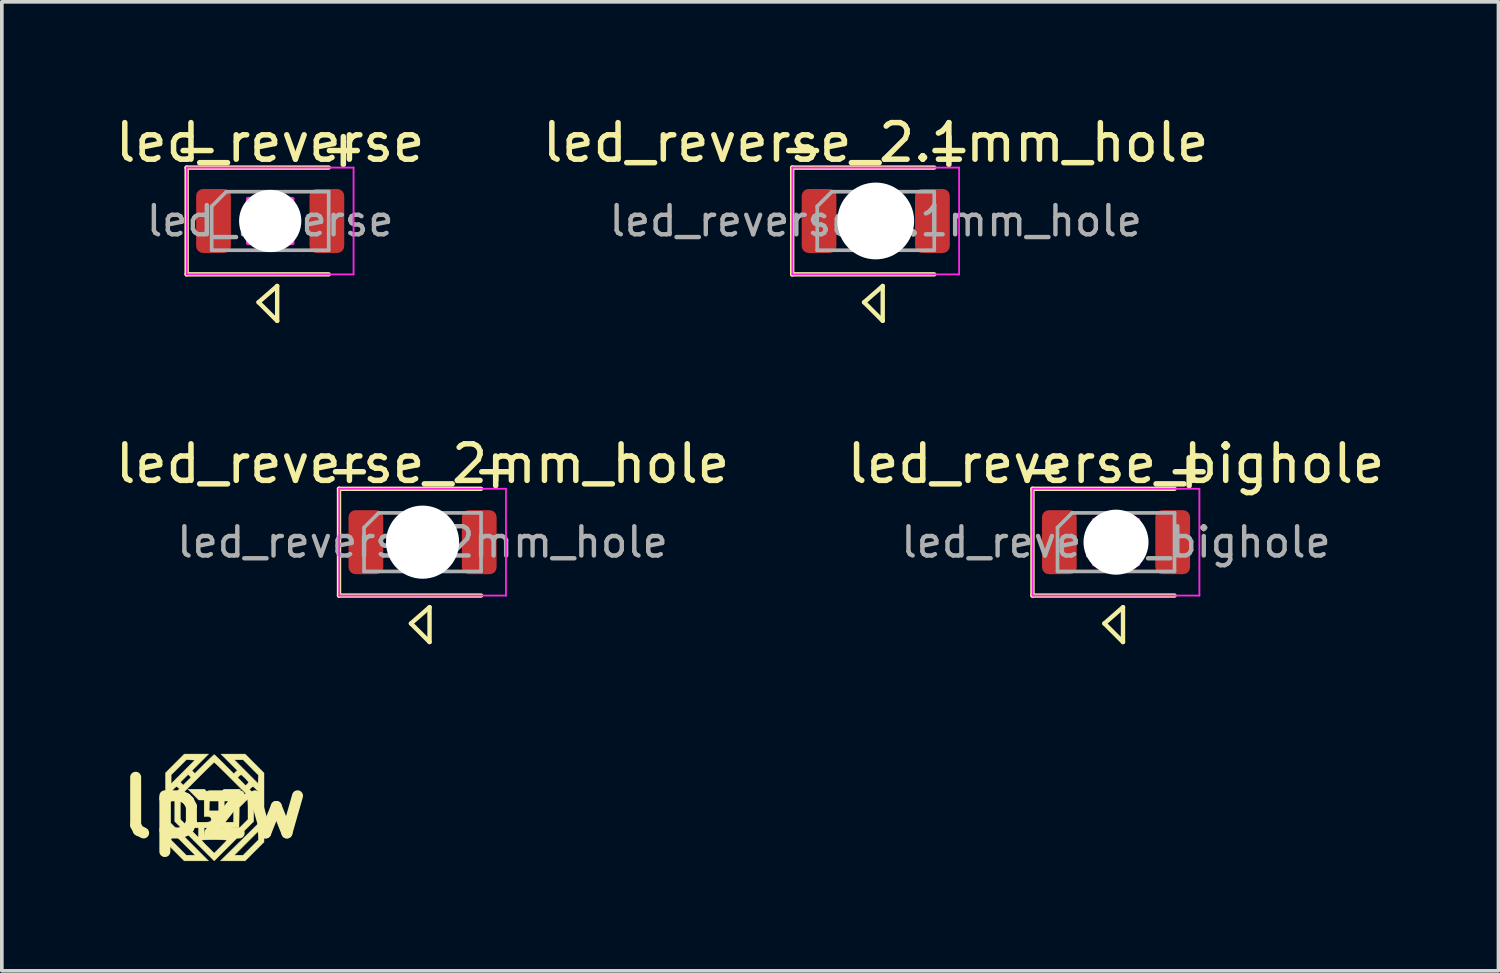
<source format=kicad_pcb>
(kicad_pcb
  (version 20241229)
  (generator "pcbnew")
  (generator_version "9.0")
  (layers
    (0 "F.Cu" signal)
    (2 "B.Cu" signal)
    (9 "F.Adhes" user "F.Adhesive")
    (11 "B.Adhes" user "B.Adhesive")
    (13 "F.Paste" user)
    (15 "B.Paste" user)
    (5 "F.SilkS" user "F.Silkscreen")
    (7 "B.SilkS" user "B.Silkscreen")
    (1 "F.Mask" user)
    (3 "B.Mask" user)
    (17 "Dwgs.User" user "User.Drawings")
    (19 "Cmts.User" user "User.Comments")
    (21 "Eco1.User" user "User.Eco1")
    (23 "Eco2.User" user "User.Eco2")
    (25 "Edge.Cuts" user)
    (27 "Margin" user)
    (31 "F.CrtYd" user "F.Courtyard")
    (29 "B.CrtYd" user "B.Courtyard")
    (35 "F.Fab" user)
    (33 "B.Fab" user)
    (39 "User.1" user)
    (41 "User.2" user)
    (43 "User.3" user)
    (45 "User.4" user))
  (footprint "led_reverse_2.1mm_hole"
    (layer "F.Cu")
    (at 20.899 2.993)
    (property "Reference" "led_reverse_2.1mm_hole" (at 0 -2.145 0) (layer "F.SilkS") (effects (font (size 1 1) (thickness 0.15))))
    (attr smd)
    (fp_line (start -2.285 -1.46) (end -2.285 1.46) (stroke (width 0.12) (type solid)) (layer "F.SilkS"))
    (fp_line (start -2.285 1.46) (end 1.6 1.46) (stroke (width 0.12) (type solid)) (layer "F.SilkS"))
    (fp_line (start -0.318 2.223) (end 0.191 1.778) (stroke (width 0.12) (type solid)) (layer "F.SilkS"))
    (fp_line (start 0.191 1.778) (end 0.191 2.731) (stroke (width 0.12) (type solid)) (layer "F.SilkS"))
    (fp_line (start 0.191 2.731) (end -0.318 2.223) (stroke (width 0.12) (type solid)) (layer "F.SilkS"))
    (fp_line (start 1.6 -1.46) (end -2.285 -1.46) (stroke (width 0.12) (type solid)) (layer "F.SilkS"))
    (fp_line (start -2.28 -1.46) (end 2.28 -1.46) (stroke (width 0.05) (type solid)) (layer "F.CrtYd"))
    (fp_line (start -2.28 1.46) (end -2.28 -1.46) (stroke (width 0.05) (type solid)) (layer "F.CrtYd"))
    (fp_line (start -0.6 -0.6) (end 0.6 -0.6) (stroke (width 0.12) (type solid)) (layer "F.CrtYd"))
    (fp_line (start -0.6 0.6) (end -0.6 -0.6) (stroke (width 0.12) (type solid)) (layer "F.CrtYd"))
    (fp_line (start 0.6 -0.6) (end 0.6 0.6) (stroke (width 0.12) (type solid)) (layer "F.CrtYd"))
    (fp_line (start 0.6 0.6) (end -0.6 0.6) (stroke (width 0.12) (type solid)) (layer "F.CrtYd"))
    (fp_line (start 2.28 -1.46) (end 2.28 1.46) (stroke (width 0.05) (type solid)) (layer "F.CrtYd"))
    (fp_line (start 2.28 1.46) (end -2.28 1.46) (stroke (width 0.05) (type solid)) (layer "F.CrtYd"))
    (fp_line (start -1.6 -0.4) (end -1.6 0.8) (stroke (width 0.1) (type solid)) (layer "F.Fab"))
    (fp_line (start -1.6 0.8) (end 1.6 0.8) (stroke (width 0.1) (type solid)) (layer "F.Fab"))
    (fp_line (start -1.2 -0.8) (end -1.6 -0.4) (stroke (width 0.1) (type solid)) (layer "F.Fab"))
    (fp_line (start 1.6 -0.8) (end -1.2 -0.8) (stroke (width 0.1) (type solid)) (layer "F.Fab"))
    (fp_line (start 1.6 0.8) (end 1.6 -0.8) (stroke (width 0.1) (type solid)) (layer "F.Fab"))
    (fp_text user "-" (at -2 -2 0) (layer "F.SilkS") (effects (font (size 1 1) (thickness 0.15))))
    (fp_text user "+" (at 2 -2 0) (layer "F.SilkS") (effects (font (size 1 1) (thickness 0.15))))
    (fp_text user "${REFERENCE}" (at 0 0 0) (layer "F.Fab") (effects (font (size 0.8 0.8) (thickness 0.12))))
    (pad "" np_thru_hole circle (at 0 0) (size 2.1 2.1) (drill 2.1) (layers "*.Cu" "*.Mask"))
    (pad "1" smd roundrect (at -1.55 0) (size 0.95 1.75) (layers "F.Cu" "F.Mask" "F.Paste") (roundrect_rratio 0.2))
    (pad "2" smd roundrect (at 1.55 0) (size 0.95 1.75) (layers "F.Cu" "F.Mask" "F.Paste") (roundrect_rratio 0.2)))
  (footprint "lpzw"
    (layer "F.Cu")
    (at 2.801 19.04)
    (property "Reference" "lpzw" (at 0 0 0) (layer "F.SilkS") (effects (font (size 1.524 1.524) (thickness 0.3))))
    (attr through_hole)
    (fp_poly (pts (xy -0.374 -1.242) (xy -0.599 -1.016) (xy -0.561 -0.978) (xy -0.522 -0.939) (xy -0.264 -1.196) (xy -0.194 -1.266) (xy -0.13 -1.328) (xy -0.075 -1.381) (xy -0.032 -1.421) (xy -0.004 -1.446) (xy 0.007 -1.453) (xy 0.021 -1.444) (xy 0.051 -1.417) (xy 0.096 -1.375) (xy 0.152 -1.321) (xy 0.217 -1.257) (xy 0.282 -1.193) (xy 0.542 -0.932) (xy 0.589 -0.977) (xy 0.636 -1.022) (xy 0.413 -1.245) (xy 0.346 -1.312) (xy 0.558 -1.312) (xy 0.882 -0.988) (xy 1.206 -0.663) (xy 1.215 -0.894) (xy 1.006 -1.103) (xy 0.798 -1.312) (xy 0.558 -1.312) (xy 0.346 -1.312) (xy 0.191 -1.468) (xy 0.854 -1.468) (xy 1.111 -1.21) (xy 1.369 -0.952) (xy 1.369 0.939) (xy 0.853 1.453) (xy 0.515 1.453) (xy 0.176 1.453) (xy 0.333 1.298) (xy 0.558 1.298) (xy 0.798 1.298) (xy 1.006 1.089) (xy 1.215 0.88) (xy 1.211 0.765) (xy 1.206 0.649) (xy 0.882 0.973) (xy 0.558 1.298) (xy 0.333 1.298) (xy 0.695 0.942) (xy 1.214 0.43) (xy 1.214 -0.446) (xy 1.146 -0.512) (xy 1.11 -0.546) (xy 1.081 -0.57) (xy 1.066 -0.579) (xy 1.048 -0.57) (xy 1.02 -0.547) (xy 1.014 -0.541) (xy 0.974 -0.503) (xy 1.03 -0.442) (xy 1.087 -0.382) (xy 1.087 0.374) (xy 0.547 0.914) (xy 0.007 1.453) (xy -0.533 0.914) (xy -0.561 0.885) (xy -0.339 0.885) (xy -0.329 0.898) (xy -0.303 0.927) (xy -0.263 0.97) (xy -0.213 1.022) (xy -0.166 1.069) (xy 0.007 1.242) (xy 0.18 1.069) (xy 0.236 1.012) (xy 0.285 0.962) (xy 0.323 0.922) (xy 0.346 0.895) (xy 0.353 0.886) (xy 0.339 0.883) (xy 0.301 0.88) (xy 0.243 0.878) (xy 0.168 0.876) (xy 0.08 0.875) (xy 0.007 0.875) (xy -0.088 0.875) (xy -0.174 0.876) (xy -0.245 0.878) (xy -0.299 0.88) (xy -0.331 0.883) (xy -0.339 0.885) (xy -0.561 0.885) (xy -1.072 0.374) (xy -1.072 0.046) (xy -0.917 0.046) (xy -0.917 0.317) (xy -0.674 0.561) (xy -0.606 0.628) (xy -0.546 0.688) (xy -0.495 0.739) (xy -0.456 0.777) (xy -0.433 0.799) (xy -0.427 0.804) (xy -0.425 0.791) (xy -0.424 0.756) (xy -0.423 0.706) (xy -0.423 0.678) (xy -0.423 0.551) (xy -0.457 0.55) (xy -0.268 0.55) (xy -0.268 0.734) (xy 0.282 0.734) (xy 0.282 0.551) (xy 0.437 0.551) (xy 0.437 0.811) (xy 0.684 0.564) (xy 0.931 0.318) (xy 0.931 0.046) (xy 0.931 -0.038) (xy 0.929 -0.112) (xy 0.927 -0.17) (xy 0.924 -0.21) (xy 0.921 -0.226) (xy 0.92 -0.226) (xy 0.907 -0.216) (xy 0.878 -0.191) (xy 0.838 -0.153) (xy 0.801 -0.116) (xy 0.692 -0.007) (xy 0.688 0.268) (xy 0.684 0.543) (xy 0.437 0.551) (xy 0.282 0.551) (xy 0.282 0.55) (xy 0.186 0.55) (xy 0.13 0.549) (xy 0.095 0.543) (xy 0.072 0.53) (xy 0.064 0.522) (xy 0.033 0.501) (xy 0.007 0.494) (xy -0.026 0.504) (xy -0.049 0.522) (xy -0.069 0.538) (xy -0.098 0.547) (xy -0.143 0.55) (xy -0.172 0.55) (xy -0.268 0.55) (xy -0.457 0.55) (xy -0.67 0.543) (xy -0.674 0.268) (xy -0.678 -0.007) (xy -0.787 -0.116) (xy -0.832 -0.161) (xy -0.87 -0.196) (xy -0.896 -0.219) (xy -0.906 -0.226) (xy -0.91 -0.212) (xy -0.913 -0.175) (xy -0.915 -0.118) (xy -0.917 -0.046) (xy -0.917 0.037) (xy -0.917 0.046) (xy -1.072 0.046) (xy -1.072 -0.382) (xy -1.061 -0.395) (xy -0.853 -0.395) (xy -0.688 -0.229) (xy -0.522 -0.063) (xy -0.522 0.395) (xy -0.322 0.395) (xy -0.24 0.395) (xy -0.181 0.393) (xy -0.141 0.389) (xy -0.116 0.383) (xy -0.099 0.374) (xy -0.096 0.372) (xy -0.074 0.335) (xy -0.077 0.293) (xy -0.094 0.266) (xy -0.12 0.248) (xy -0.163 0.241) (xy -0.193 0.24) (xy -0.268 0.24) (xy -0.268 -0.212) (xy -0.417 -0.212) (xy -0.712 -0.508) (xy -0.258 -0.508) (xy -0.186 -0.432) (xy -0.114 -0.356) (xy -0.123 -0.136) (xy -0.131 0.085) (xy 0.127 0.085) (xy 0.127 -0.359) (xy 0.201 -0.433) (xy 0.274 -0.508) (xy 0.726 -0.508) (xy 0.431 -0.212) (xy 0.282 -0.212) (xy 0.282 0.24) (xy 0.209 0.24) (xy 0.149 0.248) (xy 0.107 0.269) (xy 0.085 0.299) (xy 0.087 0.336) (xy 0.108 0.369) (xy 0.12 0.38) (xy 0.139 0.387) (xy 0.168 0.391) (xy 0.212 0.394) (xy 0.277 0.395) (xy 0.334 0.395) (xy 0.536 0.395) (xy 0.536 -0.063) (xy 0.702 -0.229) (xy 0.868 -0.395) (xy 0.444 -0.819) (xy 0.436 -0.827) (xy 0.649 -0.827) (xy 0.867 -0.607) (xy 0.906 -0.645) (xy 0.932 -0.673) (xy 0.945 -0.694) (xy 0.945 -0.697) (xy 0.936 -0.713) (xy 0.911 -0.743) (xy 0.876 -0.781) (xy 0.837 -0.821) (xy 0.798 -0.858) (xy 0.766 -0.887) (xy 0.745 -0.902) (xy 0.742 -0.903) (xy 0.724 -0.894) (xy 0.696 -0.872) (xy 0.688 -0.865) (xy 0.649 -0.827) (xy 0.436 -0.827) (xy 0.354 -0.908) (xy 0.27 -0.992) (xy 0.194 -1.067) (xy 0.128 -1.131) (xy 0.074 -1.182) (xy 0.034 -1.219) (xy 0.012 -1.239) (xy 0.007 -1.242) (xy -0.006 -1.232) (xy -0.036 -1.204) (xy -0.082 -1.161) (xy -0.142 -1.103) (xy -0.213 -1.034) (xy -0.293 -0.955) (xy -0.38 -0.869) (xy -0.43 -0.818) (xy -0.853 -0.395) (xy -1.061 -0.395) (xy -0.946 -0.518) (xy -0.978 -0.548) (xy -1.005 -0.57) (xy -1.025 -0.579) (xy -1.025 -0.579) (xy -1.042 -0.569) (xy -1.071 -0.544) (xy -1.107 -0.508) (xy -1.113 -0.502) (xy -1.185 -0.425) (xy -1.185 0.415) (xy -0.149 1.453) (xy -0.812 1.453) (xy -1.069 1.196) (xy -1.326 0.938) (xy -1.326 0.88) (xy -1.172 0.88) (xy -0.964 1.089) (xy -0.755 1.298) (xy -0.515 1.298) (xy -0.84 0.973) (xy -1.164 0.649) (xy -1.168 0.765) (xy -1.172 0.88) (xy -1.326 0.88) (xy -1.326 -0.896) (xy -1.171 -0.896) (xy -1.171 -0.656) (xy -1.128 -0.7) (xy -0.917 -0.7) (xy -0.879 -0.66) (xy -0.841 -0.62) (xy -0.628 -0.832) (xy -0.706 -0.909) (xy -0.811 -0.805) (xy -0.917 -0.7) (xy -1.128 -0.7) (xy -0.846 -0.981) (xy -0.522 -1.305) (xy -0.753 -1.314) (xy -0.962 -1.105) (xy -1.171 -0.896) (xy -1.326 -0.896) (xy -1.326 -0.953) (xy -1.069 -1.21) (xy -0.811 -1.468) (xy -0.148 -1.468) (xy -0.374 -1.242)) (stroke (width 0.01) (type solid)) (fill yes) (layer "F.SilkS")))
  (footprint "led_reverse_2mm_hole"
    (layer "F.Cu")
    (at 8.506 11.777)
    (property "Reference" "led_reverse_2mm_hole" (at 0 -2.145 0) (layer "F.SilkS") (effects (font (size 1 1) (thickness 0.15))))
    (attr smd)
    (fp_line (start -2.285 -1.46) (end -2.285 1.46) (stroke (width 0.12) (type solid)) (layer "F.SilkS"))
    (fp_line (start -2.285 1.46) (end 1.6 1.46) (stroke (width 0.12) (type solid)) (layer "F.SilkS"))
    (fp_line (start -0.318 2.223) (end 0.191 1.778) (stroke (width 0.12) (type solid)) (layer "F.SilkS"))
    (fp_line (start 0.191 1.778) (end 0.191 2.731) (stroke (width 0.12) (type solid)) (layer "F.SilkS"))
    (fp_line (start 0.191 2.731) (end -0.318 2.223) (stroke (width 0.12) (type solid)) (layer "F.SilkS"))
    (fp_line (start 1.6 -1.46) (end -2.285 -1.46) (stroke (width 0.12) (type solid)) (layer "F.SilkS"))
    (fp_line (start -2.28 -1.46) (end 2.28 -1.46) (stroke (width 0.05) (type solid)) (layer "F.CrtYd"))
    (fp_line (start -2.28 1.46) (end -2.28 -1.46) (stroke (width 0.05) (type solid)) (layer "F.CrtYd"))
    (fp_line (start -0.6 -0.6) (end 0.6 -0.6) (stroke (width 0.12) (type solid)) (layer "F.CrtYd"))
    (fp_line (start -0.6 0.6) (end -0.6 -0.6) (stroke (width 0.12) (type solid)) (layer "F.CrtYd"))
    (fp_line (start 0.6 -0.6) (end 0.6 0.6) (stroke (width 0.12) (type solid)) (layer "F.CrtYd"))
    (fp_line (start 0.6 0.6) (end -0.6 0.6) (stroke (width 0.12) (type solid)) (layer "F.CrtYd"))
    (fp_line (start 2.28 -1.46) (end 2.28 1.46) (stroke (width 0.05) (type solid)) (layer "F.CrtYd"))
    (fp_line (start 2.28 1.46) (end -2.28 1.46) (stroke (width 0.05) (type solid)) (layer "F.CrtYd"))
    (fp_line (start -1.6 -0.4) (end -1.6 0.8) (stroke (width 0.1) (type solid)) (layer "F.Fab"))
    (fp_line (start -1.6 0.8) (end 1.6 0.8) (stroke (width 0.1) (type solid)) (layer "F.Fab"))
    (fp_line (start -1.2 -0.8) (end -1.6 -0.4) (stroke (width 0.1) (type solid)) (layer "F.Fab"))
    (fp_line (start 1.6 -0.8) (end -1.2 -0.8) (stroke (width 0.1) (type solid)) (layer "F.Fab"))
    (fp_line (start 1.6 0.8) (end 1.6 -0.8) (stroke (width 0.1) (type solid)) (layer "F.Fab"))
    (fp_text user "+" (at 2 -2 0) (layer "F.SilkS") (effects (font (size 1 1) (thickness 0.15))))
    (fp_text user "-" (at -2 -2 0) (layer "F.SilkS") (effects (font (size 1 1) (thickness 0.15))))
    (fp_text user "${REFERENCE}" (at 0 0 0) (layer "F.Fab") (effects (font (size 0.8 0.8) (thickness 0.12))))
    (pad "" np_thru_hole circle (at 0 0) (size 2 2) (drill 2) (layers "*.Cu" "*.Mask"))
    (pad "1" smd roundrect (at -1.55 0) (size 0.95 1.75) (layers "F.Cu" "F.Mask" "F.Paste") (roundrect_rratio 0.2))
    (pad "2" smd roundrect (at 1.55 0) (size 0.95 1.75) (layers "F.Cu" "F.Mask" "F.Paste") (roundrect_rratio 0.2)))
  (footprint "led_reverse_bighole"
    (layer "F.Cu")
    (at 27.47 11.777)
    (property "Reference" "led_reverse_bighole" (at 0 -2.145 0) (layer "F.SilkS") (effects (font (size 1 1) (thickness 0.15))))
    (attr smd)
    (fp_line (start -2.285 -1.46) (end -2.285 1.46) (stroke (width 0.12) (type solid)) (layer "F.SilkS"))
    (fp_line (start -2.285 1.46) (end 1.6 1.46) (stroke (width 0.12) (type solid)) (layer "F.SilkS"))
    (fp_line (start -0.318 2.223) (end 0.191 1.778) (stroke (width 0.12) (type solid)) (layer "F.SilkS"))
    (fp_line (start 0.191 1.778) (end 0.191 2.731) (stroke (width 0.12) (type solid)) (layer "F.SilkS"))
    (fp_line (start 0.191 2.731) (end -0.318 2.223) (stroke (width 0.12) (type solid)) (layer "F.SilkS"))
    (fp_line (start 1.6 -1.46) (end -2.285 -1.46) (stroke (width 0.12) (type solid)) (layer "F.SilkS"))
    (fp_line (start -2.28 -1.46) (end 2.28 -1.46) (stroke (width 0.05) (type solid)) (layer "F.CrtYd"))
    (fp_line (start -2.28 1.46) (end -2.28 -1.46) (stroke (width 0.05) (type solid)) (layer "F.CrtYd"))
    (fp_line (start -0.6 -0.6) (end 0.6 -0.6) (stroke (width 0.12) (type solid)) (layer "F.CrtYd"))
    (fp_line (start -0.6 0.6) (end -0.6 -0.6) (stroke (width 0.12) (type solid)) (layer "F.CrtYd"))
    (fp_line (start 0.6 -0.6) (end 0.6 0.6) (stroke (width 0.12) (type solid)) (layer "F.CrtYd"))
    (fp_line (start 0.6 0.6) (end -0.6 0.6) (stroke (width 0.12) (type solid)) (layer "F.CrtYd"))
    (fp_line (start 2.28 -1.46) (end 2.28 1.46) (stroke (width 0.05) (type solid)) (layer "F.CrtYd"))
    (fp_line (start 2.28 1.46) (end -2.28 1.46) (stroke (width 0.05) (type solid)) (layer "F.CrtYd"))
    (fp_line (start -1.6 -0.4) (end -1.6 0.8) (stroke (width 0.1) (type solid)) (layer "F.Fab"))
    (fp_line (start -1.6 0.8) (end 1.6 0.8) (stroke (width 0.1) (type solid)) (layer "F.Fab"))
    (fp_line (start -1.2 -0.8) (end -1.6 -0.4) (stroke (width 0.1) (type solid)) (layer "F.Fab"))
    (fp_line (start 1.6 -0.8) (end -1.2 -0.8) (stroke (width 0.1) (type solid)) (layer "F.Fab"))
    (fp_line (start 1.6 0.8) (end 1.6 -0.8) (stroke (width 0.1) (type solid)) (layer "F.Fab"))
    (fp_text user "+" (at 2 -2 0) (layer "F.SilkS") (effects (font (size 1 1) (thickness 0.15))))
    (fp_text user "-" (at -2 -2 0) (layer "F.SilkS") (effects (font (size 1 1) (thickness 0.15))))
    (fp_text user "${REFERENCE}" (at 0 0 0) (layer "F.Fab") (effects (font (size 0.8 0.8) (thickness 0.12))))
    (pad "" np_thru_hole oval (at 0 0) (size 1.778 1.778) (drill oval 1.778) (layers "*.Cu" "*.Mask"))
    (pad "1" smd roundrect (at -1.55 0) (size 0.95 1.75) (layers "F.Cu" "F.Mask" "F.Paste") (roundrect_rratio 0.2))
    (pad "2" smd roundrect (at 1.55 0) (size 0.95 1.75) (layers "F.Cu" "F.Mask" "F.Paste") (roundrect_rratio 0.2)))
  (footprint "led_reverse"
    (layer "F.Cu")
    (at 4.339 2.993)
    (property "Reference" "led_reverse" (at 0 -2.145 0) (layer "F.SilkS") (effects (font (size 1 1) (thickness 0.15))))
    (attr smd)
    (fp_line (start -2.285 -1.46) (end -2.285 1.46) (stroke (width 0.12) (type solid)) (layer "F.SilkS"))
    (fp_line (start -2.285 1.46) (end 1.6 1.46) (stroke (width 0.12) (type solid)) (layer "F.SilkS"))
    (fp_line (start -0.318 2.223) (end 0.191 1.778) (stroke (width 0.12) (type solid)) (layer "F.SilkS"))
    (fp_line (start 0.191 1.778) (end 0.191 2.731) (stroke (width 0.12) (type solid)) (layer "F.SilkS"))
    (fp_line (start 0.191 2.731) (end -0.318 2.223) (stroke (width 0.12) (type solid)) (layer "F.SilkS"))
    (fp_line (start 1.6 -1.46) (end -2.285 -1.46) (stroke (width 0.12) (type solid)) (layer "F.SilkS"))
    (fp_line (start -2.28 -1.46) (end 2.28 -1.46) (stroke (width 0.05) (type solid)) (layer "F.CrtYd"))
    (fp_line (start -2.28 1.46) (end -2.28 -1.46) (stroke (width 0.05) (type solid)) (layer "F.CrtYd"))
    (fp_line (start -0.6 -0.6) (end 0.6 -0.6) (stroke (width 0.12) (type solid)) (layer "F.CrtYd"))
    (fp_line (start -0.6 0.6) (end -0.6 -0.6) (stroke (width 0.12) (type solid)) (layer "F.CrtYd"))
    (fp_line (start 0.6 -0.6) (end 0.6 0.6) (stroke (width 0.12) (type solid)) (layer "F.CrtYd"))
    (fp_line (start 0.6 0.6) (end -0.6 0.6) (stroke (width 0.12) (type solid)) (layer "F.CrtYd"))
    (fp_line (start 2.28 -1.46) (end 2.28 1.46) (stroke (width 0.05) (type solid)) (layer "F.CrtYd"))
    (fp_line (start 2.28 1.46) (end -2.28 1.46) (stroke (width 0.05) (type solid)) (layer "F.CrtYd"))
    (fp_line (start -1.6 -0.4) (end -1.6 0.8) (stroke (width 0.1) (type solid)) (layer "F.Fab"))
    (fp_line (start -1.6 0.8) (end 1.6 0.8) (stroke (width 0.1) (type solid)) (layer "F.Fab"))
    (fp_line (start -1.2 -0.8) (end -1.6 -0.4) (stroke (width 0.1) (type solid)) (layer "F.Fab"))
    (fp_line (start 1.6 -0.8) (end -1.2 -0.8) (stroke (width 0.1) (type solid)) (layer "F.Fab"))
    (fp_line (start 1.6 0.8) (end 1.6 -0.8) (stroke (width 0.1) (type solid)) (layer "F.Fab"))
    (fp_text user "+" (at 2 -2 0) (layer "F.SilkS") (effects (font (size 1 1) (thickness 0.15))))
    (fp_text user "-" (at -2 -2 0) (layer "F.SilkS") (effects (font (size 1 1) (thickness 0.15))))
    (fp_text user "${REFERENCE}" (at 0 0 0) (layer "F.Fab") (effects (font (size 0.8 0.8) (thickness 0.12))))
    (pad "" np_thru_hole oval (at 0 0) (size 1.702 1.702) (drill oval 1.702) (layers "*.Cu" "*.Mask"))
    (pad "1" smd roundrect (at -1.55 0) (size 0.95 1.75) (layers "F.Cu" "F.Mask" "F.Paste") (roundrect_rratio 0.2))
    (pad "2" smd roundrect (at 1.55 0) (size 0.95 1.75) (layers "F.Cu" "F.Mask" "F.Paste") (roundrect_rratio 0.2)))
  (gr_rect
    (start -3 -3)
    (end 37.929 23.499)
    (stroke (width 0.1) (type default))
    (fill no)
    (layer "Edge.Cuts")))
</source>
